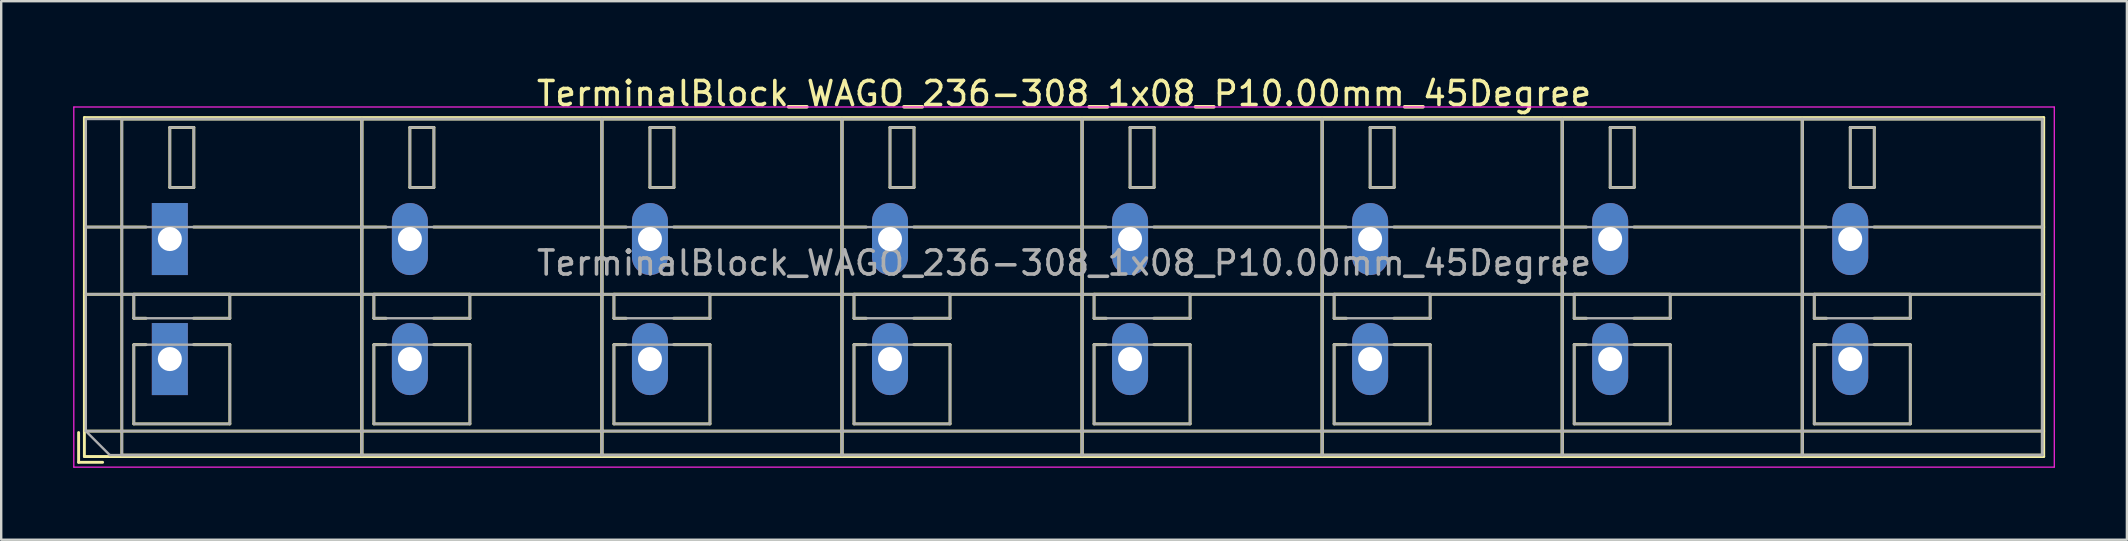
<source format=kicad_pcb>
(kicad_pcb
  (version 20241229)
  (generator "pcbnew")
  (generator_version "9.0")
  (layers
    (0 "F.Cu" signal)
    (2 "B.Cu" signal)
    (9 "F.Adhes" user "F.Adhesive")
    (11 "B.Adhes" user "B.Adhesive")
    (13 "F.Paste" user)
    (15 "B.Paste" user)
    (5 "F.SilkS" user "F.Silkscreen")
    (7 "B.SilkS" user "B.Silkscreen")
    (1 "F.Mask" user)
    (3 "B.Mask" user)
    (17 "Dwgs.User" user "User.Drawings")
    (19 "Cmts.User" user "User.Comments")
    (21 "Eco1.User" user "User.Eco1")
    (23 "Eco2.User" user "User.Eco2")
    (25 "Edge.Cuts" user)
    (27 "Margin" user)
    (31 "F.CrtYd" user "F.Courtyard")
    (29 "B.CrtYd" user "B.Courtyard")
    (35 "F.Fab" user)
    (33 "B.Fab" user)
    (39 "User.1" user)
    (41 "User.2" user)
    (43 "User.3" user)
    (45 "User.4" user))
  (footprint "TerminalBlock_WAGO_236-308_1x08_P10.00mm_45Degree"
    (layer "F.Cu")
    (at 4.025 11.908)
    (property "Reference" "TerminalBlock_WAGO_236-308_1x08_P10.00mm_45Degree" (at 37.25 -11.06 0) (layer "F.SilkS") (effects (font (size 1 1) (thickness 0.15))))
    (attr through_hole)
    (fp_line (start -3.8 3.06) (end -3.8 4.3) (stroke (width 0.12) (type solid)) (layer "F.SilkS"))
    (fp_line (start -3.8 4.3) (end -2.8 4.3) (stroke (width 0.12) (type solid)) (layer "F.SilkS"))
    (fp_line (start -3.56 -10.06) (end -3.56 4.06) (stroke (width 0.12) (type solid)) (layer "F.SilkS"))
    (fp_line (start -3.56 -10.06) (end 78.06 -10.06) (stroke (width 0.12) (type solid)) (layer "F.SilkS"))
    (fp_line (start -3.56 -5.5) (end -0.99 -5.5) (stroke (width 0.12) (type solid)) (layer "F.SilkS"))
    (fp_line (start -3.56 -2.7) (end 78.06 -2.7) (stroke (width 0.12) (type solid)) (layer "F.SilkS"))
    (fp_line (start -3.56 3) (end 78.06 3) (stroke (width 0.12) (type solid)) (layer "F.SilkS"))
    (fp_line (start -3.56 4.06) (end 78.06 4.06) (stroke (width 0.12) (type solid)) (layer "F.SilkS"))
    (fp_line (start -2 -10) (end -2 4) (stroke (width 0.12) (type solid)) (layer "F.SilkS"))
    (fp_line (start -2 -10) (end 8 -10) (stroke (width 0.12) (type solid)) (layer "F.SilkS"))
    (fp_line (start -2 4) (end 8 4) (stroke (width 0.12) (type solid)) (layer "F.SilkS"))
    (fp_line (start -1.5 -2.7) (end -1.5 -1.701) (stroke (width 0.12) (type solid)) (layer "F.SilkS"))
    (fp_line (start -1.5 -2.7) (end 2.5 -2.7) (stroke (width 0.12) (type solid)) (layer "F.SilkS"))
    (fp_line (start -1.5 -1.701) (end -0.99 -1.701) (stroke (width 0.12) (type solid)) (layer "F.SilkS"))
    (fp_line (start -1.5 -0.6) (end -1.5 2.7) (stroke (width 0.12) (type solid)) (layer "F.SilkS"))
    (fp_line (start -1.5 -0.6) (end -0.99 -0.6) (stroke (width 0.12) (type solid)) (layer "F.SilkS"))
    (fp_line (start -1.5 2.7) (end 2.5 2.7) (stroke (width 0.12) (type solid)) (layer "F.SilkS"))
    (fp_line (start 0 -9.65) (end 0 -7.15) (stroke (width 0.12) (type solid)) (layer "F.SilkS"))
    (fp_line (start 0 -9.65) (end 1 -9.65) (stroke (width 0.12) (type solid)) (layer "F.SilkS"))
    (fp_line (start 0 -7.15) (end 1 -7.15) (stroke (width 0.12) (type solid)) (layer "F.SilkS"))
    (fp_line (start 0.99 -5.5) (end 9.01 -5.5) (stroke (width 0.12) (type solid)) (layer "F.SilkS"))
    (fp_line (start 0.99 -1.701) (end 2.5 -1.701) (stroke (width 0.12) (type solid)) (layer "F.SilkS"))
    (fp_line (start 0.99 -0.6) (end 2.5 -0.6) (stroke (width 0.12) (type solid)) (layer "F.SilkS"))
    (fp_line (start 1 -9.65) (end 1 -7.15) (stroke (width 0.12) (type solid)) (layer "F.SilkS"))
    (fp_line (start 2.5 -2.7) (end 2.5 -1.701) (stroke (width 0.12) (type solid)) (layer "F.SilkS"))
    (fp_line (start 2.5 -0.6) (end 2.5 2.7) (stroke (width 0.12) (type solid)) (layer "F.SilkS"))
    (fp_line (start 8 -10) (end 8 4) (stroke (width 0.12) (type solid)) (layer "F.SilkS"))
    (fp_line (start 8 -10) (end 8 4) (stroke (width 0.12) (type solid)) (layer "F.SilkS"))
    (fp_line (start 8 -10) (end 18 -10) (stroke (width 0.12) (type solid)) (layer "F.SilkS"))
    (fp_line (start 8 4) (end 18 4) (stroke (width 0.12) (type solid)) (layer "F.SilkS"))
    (fp_line (start 8.5 -2.7) (end 8.5 -1.701) (stroke (width 0.12) (type solid)) (layer "F.SilkS"))
    (fp_line (start 8.5 -2.7) (end 12.5 -2.7) (stroke (width 0.12) (type solid)) (layer "F.SilkS"))
    (fp_line (start 8.5 -1.701) (end 9.01 -1.701) (stroke (width 0.12) (type solid)) (layer "F.SilkS"))
    (fp_line (start 8.5 -0.6) (end 8.5 2.7) (stroke (width 0.12) (type solid)) (layer "F.SilkS"))
    (fp_line (start 8.5 -0.6) (end 9.01 -0.6) (stroke (width 0.12) (type solid)) (layer "F.SilkS"))
    (fp_line (start 8.5 2.7) (end 12.5 2.7) (stroke (width 0.12) (type solid)) (layer "F.SilkS"))
    (fp_line (start 10 -9.65) (end 10 -7.15) (stroke (width 0.12) (type solid)) (layer "F.SilkS"))
    (fp_line (start 10 -9.65) (end 11 -9.65) (stroke (width 0.12) (type solid)) (layer "F.SilkS"))
    (fp_line (start 10 -7.15) (end 11 -7.15) (stroke (width 0.12) (type solid)) (layer "F.SilkS"))
    (fp_line (start 10.99 -5.5) (end 19.01 -5.5) (stroke (width 0.12) (type solid)) (layer "F.SilkS"))
    (fp_line (start 10.99 -1.701) (end 12.5 -1.701) (stroke (width 0.12) (type solid)) (layer "F.SilkS"))
    (fp_line (start 10.99 -0.6) (end 12.5 -0.6) (stroke (width 0.12) (type solid)) (layer "F.SilkS"))
    (fp_line (start 11 -9.65) (end 11 -7.15) (stroke (width 0.12) (type solid)) (layer "F.SilkS"))
    (fp_line (start 12.5 -2.7) (end 12.5 -1.701) (stroke (width 0.12) (type solid)) (layer "F.SilkS"))
    (fp_line (start 12.5 -0.6) (end 12.5 2.7) (stroke (width 0.12) (type solid)) (layer "F.SilkS"))
    (fp_line (start 18 -10) (end 18 4) (stroke (width 0.12) (type solid)) (layer "F.SilkS"))
    (fp_line (start 18 -10) (end 18 4) (stroke (width 0.12) (type solid)) (layer "F.SilkS"))
    (fp_line (start 18 -10) (end 28 -10) (stroke (width 0.12) (type solid)) (layer "F.SilkS"))
    (fp_line (start 18 4) (end 28 4) (stroke (width 0.12) (type solid)) (layer "F.SilkS"))
    (fp_line (start 18.5 -2.7) (end 18.5 -1.701) (stroke (width 0.12) (type solid)) (layer "F.SilkS"))
    (fp_line (start 18.5 -2.7) (end 22.5 -2.7) (stroke (width 0.12) (type solid)) (layer "F.SilkS"))
    (fp_line (start 18.5 -1.701) (end 19.01 -1.701) (stroke (width 0.12) (type solid)) (layer "F.SilkS"))
    (fp_line (start 18.5 -0.6) (end 18.5 2.7) (stroke (width 0.12) (type solid)) (layer "F.SilkS"))
    (fp_line (start 18.5 -0.6) (end 19.01 -0.6) (stroke (width 0.12) (type solid)) (layer "F.SilkS"))
    (fp_line (start 18.5 2.7) (end 22.5 2.7) (stroke (width 0.12) (type solid)) (layer "F.SilkS"))
    (fp_line (start 20 -9.65) (end 20 -7.15) (stroke (width 0.12) (type solid)) (layer "F.SilkS"))
    (fp_line (start 20 -9.65) (end 21 -9.65) (stroke (width 0.12) (type solid)) (layer "F.SilkS"))
    (fp_line (start 20 -7.15) (end 21 -7.15) (stroke (width 0.12) (type solid)) (layer "F.SilkS"))
    (fp_line (start 20.99 -5.5) (end 29.01 -5.5) (stroke (width 0.12) (type solid)) (layer "F.SilkS"))
    (fp_line (start 20.99 -1.701) (end 22.5 -1.701) (stroke (width 0.12) (type solid)) (layer "F.SilkS"))
    (fp_line (start 20.99 -0.6) (end 22.5 -0.6) (stroke (width 0.12) (type solid)) (layer "F.SilkS"))
    (fp_line (start 21 -9.65) (end 21 -7.15) (stroke (width 0.12) (type solid)) (layer "F.SilkS"))
    (fp_line (start 22.5 -2.7) (end 22.5 -1.701) (stroke (width 0.12) (type solid)) (layer "F.SilkS"))
    (fp_line (start 22.5 -0.6) (end 22.5 2.7) (stroke (width 0.12) (type solid)) (layer "F.SilkS"))
    (fp_line (start 28 -10) (end 28 4) (stroke (width 0.12) (type solid)) (layer "F.SilkS"))
    (fp_line (start 28 -10) (end 28 4) (stroke (width 0.12) (type solid)) (layer "F.SilkS"))
    (fp_line (start 28 -10) (end 38 -10) (stroke (width 0.12) (type solid)) (layer "F.SilkS"))
    (fp_line (start 28 4) (end 38 4) (stroke (width 0.12) (type solid)) (layer "F.SilkS"))
    (fp_line (start 28.5 -2.7) (end 28.5 -1.701) (stroke (width 0.12) (type solid)) (layer "F.SilkS"))
    (fp_line (start 28.5 -2.7) (end 32.5 -2.7) (stroke (width 0.12) (type solid)) (layer "F.SilkS"))
    (fp_line (start 28.5 -1.701) (end 29.01 -1.701) (stroke (width 0.12) (type solid)) (layer "F.SilkS"))
    (fp_line (start 28.5 -0.6) (end 28.5 2.7) (stroke (width 0.12) (type solid)) (layer "F.SilkS"))
    (fp_line (start 28.5 -0.6) (end 29.01 -0.6) (stroke (width 0.12) (type solid)) (layer "F.SilkS"))
    (fp_line (start 28.5 2.7) (end 32.5 2.7) (stroke (width 0.12) (type solid)) (layer "F.SilkS"))
    (fp_line (start 30 -9.65) (end 30 -7.15) (stroke (width 0.12) (type solid)) (layer "F.SilkS"))
    (fp_line (start 30 -9.65) (end 31 -9.65) (stroke (width 0.12) (type solid)) (layer "F.SilkS"))
    (fp_line (start 30 -7.15) (end 31 -7.15) (stroke (width 0.12) (type solid)) (layer "F.SilkS"))
    (fp_line (start 30.99 -5.5) (end 39.01 -5.5) (stroke (width 0.12) (type solid)) (layer "F.SilkS"))
    (fp_line (start 30.99 -1.701) (end 32.5 -1.701) (stroke (width 0.12) (type solid)) (layer "F.SilkS"))
    (fp_line (start 30.99 -0.6) (end 32.5 -0.6) (stroke (width 0.12) (type solid)) (layer "F.SilkS"))
    (fp_line (start 31 -9.65) (end 31 -7.15) (stroke (width 0.12) (type solid)) (layer "F.SilkS"))
    (fp_line (start 32.5 -2.7) (end 32.5 -1.701) (stroke (width 0.12) (type solid)) (layer "F.SilkS"))
    (fp_line (start 32.5 -0.6) (end 32.5 2.7) (stroke (width 0.12) (type solid)) (layer "F.SilkS"))
    (fp_line (start 38 -10) (end 38 4) (stroke (width 0.12) (type solid)) (layer "F.SilkS"))
    (fp_line (start 38 -10) (end 38 4) (stroke (width 0.12) (type solid)) (layer "F.SilkS"))
    (fp_line (start 38 -10) (end 48 -10) (stroke (width 0.12) (type solid)) (layer "F.SilkS"))
    (fp_line (start 38 4) (end 48 4) (stroke (width 0.12) (type solid)) (layer "F.SilkS"))
    (fp_line (start 38.5 -2.7) (end 38.5 -1.701) (stroke (width 0.12) (type solid)) (layer "F.SilkS"))
    (fp_line (start 38.5 -2.7) (end 42.5 -2.7) (stroke (width 0.12) (type solid)) (layer "F.SilkS"))
    (fp_line (start 38.5 -1.701) (end 39.01 -1.701) (stroke (width 0.12) (type solid)) (layer "F.SilkS"))
    (fp_line (start 38.5 -0.6) (end 38.5 2.7) (stroke (width 0.12) (type solid)) (layer "F.SilkS"))
    (fp_line (start 38.5 -0.6) (end 39.01 -0.6) (stroke (width 0.12) (type solid)) (layer "F.SilkS"))
    (fp_line (start 38.5 2.7) (end 42.5 2.7) (stroke (width 0.12) (type solid)) (layer "F.SilkS"))
    (fp_line (start 40 -9.65) (end 40 -7.15) (stroke (width 0.12) (type solid)) (layer "F.SilkS"))
    (fp_line (start 40 -9.65) (end 41 -9.65) (stroke (width 0.12) (type solid)) (layer "F.SilkS"))
    (fp_line (start 40 -7.15) (end 41 -7.15) (stroke (width 0.12) (type solid)) (layer "F.SilkS"))
    (fp_line (start 40.99 -5.5) (end 49.01 -5.5) (stroke (width 0.12) (type solid)) (layer "F.SilkS"))
    (fp_line (start 40.99 -1.701) (end 42.5 -1.701) (stroke (width 0.12) (type solid)) (layer "F.SilkS"))
    (fp_line (start 40.99 -0.6) (end 42.5 -0.6) (stroke (width 0.12) (type solid)) (layer "F.SilkS"))
    (fp_line (start 41 -9.65) (end 41 -7.15) (stroke (width 0.12) (type solid)) (layer "F.SilkS"))
    (fp_line (start 42.5 -2.7) (end 42.5 -1.701) (stroke (width 0.12) (type solid)) (layer "F.SilkS"))
    (fp_line (start 42.5 -0.6) (end 42.5 2.7) (stroke (width 0.12) (type solid)) (layer "F.SilkS"))
    (fp_line (start 48 -10) (end 48 4) (stroke (width 0.12) (type solid)) (layer "F.SilkS"))
    (fp_line (start 48 -10) (end 48 4) (stroke (width 0.12) (type solid)) (layer "F.SilkS"))
    (fp_line (start 48 -10) (end 58 -10) (stroke (width 0.12) (type solid)) (layer "F.SilkS"))
    (fp_line (start 48 4) (end 58 4) (stroke (width 0.12) (type solid)) (layer "F.SilkS"))
    (fp_line (start 48.5 -2.7) (end 48.5 -1.701) (stroke (width 0.12) (type solid)) (layer "F.SilkS"))
    (fp_line (start 48.5 -2.7) (end 52.5 -2.7) (stroke (width 0.12) (type solid)) (layer "F.SilkS"))
    (fp_line (start 48.5 -1.701) (end 49.01 -1.701) (stroke (width 0.12) (type solid)) (layer "F.SilkS"))
    (fp_line (start 48.5 -0.6) (end 48.5 2.7) (stroke (width 0.12) (type solid)) (layer "F.SilkS"))
    (fp_line (start 48.5 -0.6) (end 49.01 -0.6) (stroke (width 0.12) (type solid)) (layer "F.SilkS"))
    (fp_line (start 48.5 2.7) (end 52.5 2.7) (stroke (width 0.12) (type solid)) (layer "F.SilkS"))
    (fp_line (start 50 -9.65) (end 50 -7.15) (stroke (width 0.12) (type solid)) (layer "F.SilkS"))
    (fp_line (start 50 -9.65) (end 51 -9.65) (stroke (width 0.12) (type solid)) (layer "F.SilkS"))
    (fp_line (start 50 -7.15) (end 51 -7.15) (stroke (width 0.12) (type solid)) (layer "F.SilkS"))
    (fp_line (start 50.99 -5.5) (end 59.01 -5.5) (stroke (width 0.12) (type solid)) (layer "F.SilkS"))
    (fp_line (start 50.99 -1.701) (end 52.5 -1.701) (stroke (width 0.12) (type solid)) (layer "F.SilkS"))
    (fp_line (start 50.99 -0.6) (end 52.5 -0.6) (stroke (width 0.12) (type solid)) (layer "F.SilkS"))
    (fp_line (start 51 -9.65) (end 51 -7.15) (stroke (width 0.12) (type solid)) (layer "F.SilkS"))
    (fp_line (start 52.5 -2.7) (end 52.5 -1.701) (stroke (width 0.12) (type solid)) (layer "F.SilkS"))
    (fp_line (start 52.5 -0.6) (end 52.5 2.7) (stroke (width 0.12) (type solid)) (layer "F.SilkS"))
    (fp_line (start 58 -10) (end 58 4) (stroke (width 0.12) (type solid)) (layer "F.SilkS"))
    (fp_line (start 58 -10) (end 58 4) (stroke (width 0.12) (type solid)) (layer "F.SilkS"))
    (fp_line (start 58 -10) (end 68 -10) (stroke (width 0.12) (type solid)) (layer "F.SilkS"))
    (fp_line (start 58 4) (end 68 4) (stroke (width 0.12) (type solid)) (layer "F.SilkS"))
    (fp_line (start 58.5 -2.7) (end 58.5 -1.701) (stroke (width 0.12) (type solid)) (layer "F.SilkS"))
    (fp_line (start 58.5 -2.7) (end 62.5 -2.7) (stroke (width 0.12) (type solid)) (layer "F.SilkS"))
    (fp_line (start 58.5 -1.701) (end 59.01 -1.701) (stroke (width 0.12) (type solid)) (layer "F.SilkS"))
    (fp_line (start 58.5 -0.6) (end 58.5 2.7) (stroke (width 0.12) (type solid)) (layer "F.SilkS"))
    (fp_line (start 58.5 -0.6) (end 59.01 -0.6) (stroke (width 0.12) (type solid)) (layer "F.SilkS"))
    (fp_line (start 58.5 2.7) (end 62.5 2.7) (stroke (width 0.12) (type solid)) (layer "F.SilkS"))
    (fp_line (start 60 -9.65) (end 60 -7.15) (stroke (width 0.12) (type solid)) (layer "F.SilkS"))
    (fp_line (start 60 -9.65) (end 61 -9.65) (stroke (width 0.12) (type solid)) (layer "F.SilkS"))
    (fp_line (start 60 -7.15) (end 61 -7.15) (stroke (width 0.12) (type solid)) (layer "F.SilkS"))
    (fp_line (start 60.99 -5.5) (end 69.01 -5.5) (stroke (width 0.12) (type solid)) (layer "F.SilkS"))
    (fp_line (start 60.99 -1.701) (end 62.5 -1.701) (stroke (width 0.12) (type solid)) (layer "F.SilkS"))
    (fp_line (start 60.99 -0.6) (end 62.5 -0.6) (stroke (width 0.12) (type solid)) (layer "F.SilkS"))
    (fp_line (start 61 -9.65) (end 61 -7.15) (stroke (width 0.12) (type solid)) (layer "F.SilkS"))
    (fp_line (start 62.5 -2.7) (end 62.5 -1.701) (stroke (width 0.12) (type solid)) (layer "F.SilkS"))
    (fp_line (start 62.5 -0.6) (end 62.5 2.7) (stroke (width 0.12) (type solid)) (layer "F.SilkS"))
    (fp_line (start 68 -10) (end 68 4) (stroke (width 0.12) (type solid)) (layer "F.SilkS"))
    (fp_line (start 68 -10) (end 68 4) (stroke (width 0.12) (type solid)) (layer "F.SilkS"))
    (fp_line (start 68 -10) (end 78 -10) (stroke (width 0.12) (type solid)) (layer "F.SilkS"))
    (fp_line (start 68 4) (end 78 4) (stroke (width 0.12) (type solid)) (layer "F.SilkS"))
    (fp_line (start 68.5 -2.7) (end 68.5 -1.701) (stroke (width 0.12) (type solid)) (layer "F.SilkS"))
    (fp_line (start 68.5 -2.7) (end 72.5 -2.7) (stroke (width 0.12) (type solid)) (layer "F.SilkS"))
    (fp_line (start 68.5 -1.701) (end 69.01 -1.701) (stroke (width 0.12) (type solid)) (layer "F.SilkS"))
    (fp_line (start 68.5 -0.6) (end 68.5 2.7) (stroke (width 0.12) (type solid)) (layer "F.SilkS"))
    (fp_line (start 68.5 -0.6) (end 69.01 -0.6) (stroke (width 0.12) (type solid)) (layer "F.SilkS"))
    (fp_line (start 68.5 2.7) (end 72.5 2.7) (stroke (width 0.12) (type solid)) (layer "F.SilkS"))
    (fp_line (start 70 -9.65) (end 70 -7.15) (stroke (width 0.12) (type solid)) (layer "F.SilkS"))
    (fp_line (start 70 -9.65) (end 71 -9.65) (stroke (width 0.12) (type solid)) (layer "F.SilkS"))
    (fp_line (start 70 -7.15) (end 71 -7.15) (stroke (width 0.12) (type solid)) (layer "F.SilkS"))
    (fp_line (start 70.99 -5.5) (end 78.06 -5.5) (stroke (width 0.12) (type solid)) (layer "F.SilkS"))
    (fp_line (start 70.99 -1.701) (end 72.5 -1.701) (stroke (width 0.12) (type solid)) (layer "F.SilkS"))
    (fp_line (start 70.99 -0.6) (end 72.5 -0.6) (stroke (width 0.12) (type solid)) (layer "F.SilkS"))
    (fp_line (start 71 -9.65) (end 71 -7.15) (stroke (width 0.12) (type solid)) (layer "F.SilkS"))
    (fp_line (start 72.5 -2.7) (end 72.5 -1.701) (stroke (width 0.12) (type solid)) (layer "F.SilkS"))
    (fp_line (start 72.5 -0.6) (end 72.5 2.7) (stroke (width 0.12) (type solid)) (layer "F.SilkS"))
    (fp_line (start 78 -10) (end 78 4) (stroke (width 0.12) (type solid)) (layer "F.SilkS"))
    (fp_line (start 78.06 -10.06) (end 78.06 4.06) (stroke (width 0.12) (type solid)) (layer "F.SilkS"))
    (fp_line (start -4 -10.5) (end -4 4.5) (stroke (width 0.05) (type solid)) (layer "F.CrtYd"))
    (fp_line (start -4 4.5) (end 78.5 4.5) (stroke (width 0.05) (type solid)) (layer "F.CrtYd"))
    (fp_line (start 78.5 -10.5) (end -4 -10.5) (stroke (width 0.05) (type solid)) (layer "F.CrtYd"))
    (fp_line (start 78.5 4.5) (end 78.5 -10.5) (stroke (width 0.05) (type solid)) (layer "F.CrtYd"))
    (fp_line (start -3.5 -10) (end 78 -10) (stroke (width 0.1) (type solid)) (layer "F.Fab"))
    (fp_line (start -3.5 -5.5) (end 78 -5.5) (stroke (width 0.1) (type solid)) (layer "F.Fab"))
    (fp_line (start -3.5 -2.7) (end 78 -2.7) (stroke (width 0.1) (type solid)) (layer "F.Fab"))
    (fp_line (start -3.5 3) (end -3.5 -10) (stroke (width 0.1) (type solid)) (layer "F.Fab"))
    (fp_line (start -3.5 3) (end 78 3) (stroke (width 0.1) (type solid)) (layer "F.Fab"))
    (fp_line (start -2.5 4) (end -3.5 3) (stroke (width 0.1) (type solid)) (layer "F.Fab"))
    (fp_line (start -2 -10) (end -2 4) (stroke (width 0.1) (type solid)) (layer "F.Fab"))
    (fp_line (start -2 4) (end 8 4) (stroke (width 0.1) (type solid)) (layer "F.Fab"))
    (fp_line (start -1.5 -2.7) (end -1.5 -1.7) (stroke (width 0.1) (type solid)) (layer "F.Fab"))
    (fp_line (start -1.5 -1.7) (end 2.5 -1.7) (stroke (width 0.1) (type solid)) (layer "F.Fab"))
    (fp_line (start -1.5 -0.6) (end -1.5 2.7) (stroke (width 0.1) (type solid)) (layer "F.Fab"))
    (fp_line (start -1.5 2.7) (end 2.5 2.7) (stroke (width 0.1) (type solid)) (layer "F.Fab"))
    (fp_line (start 0 -9.65) (end 0 -7.15) (stroke (width 0.1) (type solid)) (layer "F.Fab"))
    (fp_line (start 0 -7.15) (end 1 -7.15) (stroke (width 0.1) (type solid)) (layer "F.Fab"))
    (fp_line (start 1 -9.65) (end 0 -9.65) (stroke (width 0.1) (type solid)) (layer "F.Fab"))
    (fp_line (start 1 -7.15) (end 1 -9.65) (stroke (width 0.1) (type solid)) (layer "F.Fab"))
    (fp_line (start 2.5 -2.7) (end -1.5 -2.7) (stroke (width 0.1) (type solid)) (layer "F.Fab"))
    (fp_line (start 2.5 -1.7) (end 2.5 -2.7) (stroke (width 0.1) (type solid)) (layer "F.Fab"))
    (fp_line (start 2.5 -0.6) (end -1.5 -0.6) (stroke (width 0.1) (type solid)) (layer "F.Fab"))
    (fp_line (start 2.5 2.7) (end 2.5 -0.6) (stroke (width 0.1) (type solid)) (layer "F.Fab"))
    (fp_line (start 8 -10) (end -2 -10) (stroke (width 0.1) (type solid)) (layer "F.Fab"))
    (fp_line (start 8 -10) (end 8 4) (stroke (width 0.1) (type solid)) (layer "F.Fab"))
    (fp_line (start 8 4) (end 8 -10) (stroke (width 0.1) (type solid)) (layer "F.Fab"))
    (fp_line (start 8 4) (end 18 4) (stroke (width 0.1) (type solid)) (layer "F.Fab"))
    (fp_line (start 8.5 -2.7) (end 8.5 -1.7) (stroke (width 0.1) (type solid)) (layer "F.Fab"))
    (fp_line (start 8.5 -1.7) (end 12.5 -1.7) (stroke (width 0.1) (type solid)) (layer "F.Fab"))
    (fp_line (start 8.5 -0.6) (end 8.5 2.7) (stroke (width 0.1) (type solid)) (layer "F.Fab"))
    (fp_line (start 8.5 2.7) (end 12.5 2.7) (stroke (width 0.1) (type solid)) (layer "F.Fab"))
    (fp_line (start 10 -9.65) (end 10 -7.15) (stroke (width 0.1) (type solid)) (layer "F.Fab"))
    (fp_line (start 10 -7.15) (end 11 -7.15) (stroke (width 0.1) (type solid)) (layer "F.Fab"))
    (fp_line (start 11 -9.65) (end 10 -9.65) (stroke (width 0.1) (type solid)) (layer "F.Fab"))
    (fp_line (start 11 -7.15) (end 11 -9.65) (stroke (width 0.1) (type solid)) (layer "F.Fab"))
    (fp_line (start 12.5 -2.7) (end 8.5 -2.7) (stroke (width 0.1) (type solid)) (layer "F.Fab"))
    (fp_line (start 12.5 -1.7) (end 12.5 -2.7) (stroke (width 0.1) (type solid)) (layer "F.Fab"))
    (fp_line (start 12.5 -0.6) (end 8.5 -0.6) (stroke (width 0.1) (type solid)) (layer "F.Fab"))
    (fp_line (start 12.5 2.7) (end 12.5 -0.6) (stroke (width 0.1) (type solid)) (layer "F.Fab"))
    (fp_line (start 18 -10) (end 8 -10) (stroke (width 0.1) (type solid)) (layer "F.Fab"))
    (fp_line (start 18 -10) (end 18 4) (stroke (width 0.1) (type solid)) (layer "F.Fab"))
    (fp_line (start 18 4) (end 18 -10) (stroke (width 0.1) (type solid)) (layer "F.Fab"))
    (fp_line (start 18 4) (end 28 4) (stroke (width 0.1) (type solid)) (layer "F.Fab"))
    (fp_line (start 18.5 -2.7) (end 18.5 -1.7) (stroke (width 0.1) (type solid)) (layer "F.Fab"))
    (fp_line (start 18.5 -1.7) (end 22.5 -1.7) (stroke (width 0.1) (type solid)) (layer "F.Fab"))
    (fp_line (start 18.5 -0.6) (end 18.5 2.7) (stroke (width 0.1) (type solid)) (layer "F.Fab"))
    (fp_line (start 18.5 2.7) (end 22.5 2.7) (stroke (width 0.1) (type solid)) (layer "F.Fab"))
    (fp_line (start 20 -9.65) (end 20 -7.15) (stroke (width 0.1) (type solid)) (layer "F.Fab"))
    (fp_line (start 20 -7.15) (end 21 -7.15) (stroke (width 0.1) (type solid)) (layer "F.Fab"))
    (fp_line (start 21 -9.65) (end 20 -9.65) (stroke (width 0.1) (type solid)) (layer "F.Fab"))
    (fp_line (start 21 -7.15) (end 21 -9.65) (stroke (width 0.1) (type solid)) (layer "F.Fab"))
    (fp_line (start 22.5 -2.7) (end 18.5 -2.7) (stroke (width 0.1) (type solid)) (layer "F.Fab"))
    (fp_line (start 22.5 -1.7) (end 22.5 -2.7) (stroke (width 0.1) (type solid)) (layer "F.Fab"))
    (fp_line (start 22.5 -0.6) (end 18.5 -0.6) (stroke (width 0.1) (type solid)) (layer "F.Fab"))
    (fp_line (start 22.5 2.7) (end 22.5 -0.6) (stroke (width 0.1) (type solid)) (layer "F.Fab"))
    (fp_line (start 28 -10) (end 18 -10) (stroke (width 0.1) (type solid)) (layer "F.Fab"))
    (fp_line (start 28 -10) (end 28 4) (stroke (width 0.1) (type solid)) (layer "F.Fab"))
    (fp_line (start 28 4) (end 28 -10) (stroke (width 0.1) (type solid)) (layer "F.Fab"))
    (fp_line (start 28 4) (end 38 4) (stroke (width 0.1) (type solid)) (layer "F.Fab"))
    (fp_line (start 28.5 -2.7) (end 28.5 -1.7) (stroke (width 0.1) (type solid)) (layer "F.Fab"))
    (fp_line (start 28.5 -1.7) (end 32.5 -1.7) (stroke (width 0.1) (type solid)) (layer "F.Fab"))
    (fp_line (start 28.5 -0.6) (end 28.5 2.7) (stroke (width 0.1) (type solid)) (layer "F.Fab"))
    (fp_line (start 28.5 2.7) (end 32.5 2.7) (stroke (width 0.1) (type solid)) (layer "F.Fab"))
    (fp_line (start 30 -9.65) (end 30 -7.15) (stroke (width 0.1) (type solid)) (layer "F.Fab"))
    (fp_line (start 30 -7.15) (end 31 -7.15) (stroke (width 0.1) (type solid)) (layer "F.Fab"))
    (fp_line (start 31 -9.65) (end 30 -9.65) (stroke (width 0.1) (type solid)) (layer "F.Fab"))
    (fp_line (start 31 -7.15) (end 31 -9.65) (stroke (width 0.1) (type solid)) (layer "F.Fab"))
    (fp_line (start 32.5 -2.7) (end 28.5 -2.7) (stroke (width 0.1) (type solid)) (layer "F.Fab"))
    (fp_line (start 32.5 -1.7) (end 32.5 -2.7) (stroke (width 0.1) (type solid)) (layer "F.Fab"))
    (fp_line (start 32.5 -0.6) (end 28.5 -0.6) (stroke (width 0.1) (type solid)) (layer "F.Fab"))
    (fp_line (start 32.5 2.7) (end 32.5 -0.6) (stroke (width 0.1) (type solid)) (layer "F.Fab"))
    (fp_line (start 38 -10) (end 28 -10) (stroke (width 0.1) (type solid)) (layer "F.Fab"))
    (fp_line (start 38 -10) (end 38 4) (stroke (width 0.1) (type solid)) (layer "F.Fab"))
    (fp_line (start 38 4) (end 38 -10) (stroke (width 0.1) (type solid)) (layer "F.Fab"))
    (fp_line (start 38 4) (end 48 4) (stroke (width 0.1) (type solid)) (layer "F.Fab"))
    (fp_line (start 38.5 -2.7) (end 38.5 -1.7) (stroke (width 0.1) (type solid)) (layer "F.Fab"))
    (fp_line (start 38.5 -1.7) (end 42.5 -1.7) (stroke (width 0.1) (type solid)) (layer "F.Fab"))
    (fp_line (start 38.5 -0.6) (end 38.5 2.7) (stroke (width 0.1) (type solid)) (layer "F.Fab"))
    (fp_line (start 38.5 2.7) (end 42.5 2.7) (stroke (width 0.1) (type solid)) (layer "F.Fab"))
    (fp_line (start 40 -9.65) (end 40 -7.15) (stroke (width 0.1) (type solid)) (layer "F.Fab"))
    (fp_line (start 40 -7.15) (end 41 -7.15) (stroke (width 0.1) (type solid)) (layer "F.Fab"))
    (fp_line (start 41 -9.65) (end 40 -9.65) (stroke (width 0.1) (type solid)) (layer "F.Fab"))
    (fp_line (start 41 -7.15) (end 41 -9.65) (stroke (width 0.1) (type solid)) (layer "F.Fab"))
    (fp_line (start 42.5 -2.7) (end 38.5 -2.7) (stroke (width 0.1) (type solid)) (layer "F.Fab"))
    (fp_line (start 42.5 -1.7) (end 42.5 -2.7) (stroke (width 0.1) (type solid)) (layer "F.Fab"))
    (fp_line (start 42.5 -0.6) (end 38.5 -0.6) (stroke (width 0.1) (type solid)) (layer "F.Fab"))
    (fp_line (start 42.5 2.7) (end 42.5 -0.6) (stroke (width 0.1) (type solid)) (layer "F.Fab"))
    (fp_line (start 48 -10) (end 38 -10) (stroke (width 0.1) (type solid)) (layer "F.Fab"))
    (fp_line (start 48 -10) (end 48 4) (stroke (width 0.1) (type solid)) (layer "F.Fab"))
    (fp_line (start 48 4) (end 48 -10) (stroke (width 0.1) (type solid)) (layer "F.Fab"))
    (fp_line (start 48 4) (end 58 4) (stroke (width 0.1) (type solid)) (layer "F.Fab"))
    (fp_line (start 48.5 -2.7) (end 48.5 -1.7) (stroke (width 0.1) (type solid)) (layer "F.Fab"))
    (fp_line (start 48.5 -1.7) (end 52.5 -1.7) (stroke (width 0.1) (type solid)) (layer "F.Fab"))
    (fp_line (start 48.5 -0.6) (end 48.5 2.7) (stroke (width 0.1) (type solid)) (layer "F.Fab"))
    (fp_line (start 48.5 2.7) (end 52.5 2.7) (stroke (width 0.1) (type solid)) (layer "F.Fab"))
    (fp_line (start 50 -9.65) (end 50 -7.15) (stroke (width 0.1) (type solid)) (layer "F.Fab"))
    (fp_line (start 50 -7.15) (end 51 -7.15) (stroke (width 0.1) (type solid)) (layer "F.Fab"))
    (fp_line (start 51 -9.65) (end 50 -9.65) (stroke (width 0.1) (type solid)) (layer "F.Fab"))
    (fp_line (start 51 -7.15) (end 51 -9.65) (stroke (width 0.1) (type solid)) (layer "F.Fab"))
    (fp_line (start 52.5 -2.7) (end 48.5 -2.7) (stroke (width 0.1) (type solid)) (layer "F.Fab"))
    (fp_line (start 52.5 -1.7) (end 52.5 -2.7) (stroke (width 0.1) (type solid)) (layer "F.Fab"))
    (fp_line (start 52.5 -0.6) (end 48.5 -0.6) (stroke (width 0.1) (type solid)) (layer "F.Fab"))
    (fp_line (start 52.5 2.7) (end 52.5 -0.6) (stroke (width 0.1) (type solid)) (layer "F.Fab"))
    (fp_line (start 58 -10) (end 48 -10) (stroke (width 0.1) (type solid)) (layer "F.Fab"))
    (fp_line (start 58 -10) (end 58 4) (stroke (width 0.1) (type solid)) (layer "F.Fab"))
    (fp_line (start 58 4) (end 58 -10) (stroke (width 0.1) (type solid)) (layer "F.Fab"))
    (fp_line (start 58 4) (end 68 4) (stroke (width 0.1) (type solid)) (layer "F.Fab"))
    (fp_line (start 58.5 -2.7) (end 58.5 -1.7) (stroke (width 0.1) (type solid)) (layer "F.Fab"))
    (fp_line (start 58.5 -1.7) (end 62.5 -1.7) (stroke (width 0.1) (type solid)) (layer "F.Fab"))
    (fp_line (start 58.5 -0.6) (end 58.5 2.7) (stroke (width 0.1) (type solid)) (layer "F.Fab"))
    (fp_line (start 58.5 2.7) (end 62.5 2.7) (stroke (width 0.1) (type solid)) (layer "F.Fab"))
    (fp_line (start 60 -9.65) (end 60 -7.15) (stroke (width 0.1) (type solid)) (layer "F.Fab"))
    (fp_line (start 60 -7.15) (end 61 -7.15) (stroke (width 0.1) (type solid)) (layer "F.Fab"))
    (fp_line (start 61 -9.65) (end 60 -9.65) (stroke (width 0.1) (type solid)) (layer "F.Fab"))
    (fp_line (start 61 -7.15) (end 61 -9.65) (stroke (width 0.1) (type solid)) (layer "F.Fab"))
    (fp_line (start 62.5 -2.7) (end 58.5 -2.7) (stroke (width 0.1) (type solid)) (layer "F.Fab"))
    (fp_line (start 62.5 -1.7) (end 62.5 -2.7) (stroke (width 0.1) (type solid)) (layer "F.Fab"))
    (fp_line (start 62.5 -0.6) (end 58.5 -0.6) (stroke (width 0.1) (type solid)) (layer "F.Fab"))
    (fp_line (start 62.5 2.7) (end 62.5 -0.6) (stroke (width 0.1) (type solid)) (layer "F.Fab"))
    (fp_line (start 68 -10) (end 58 -10) (stroke (width 0.1) (type solid)) (layer "F.Fab"))
    (fp_line (start 68 -10) (end 68 4) (stroke (width 0.1) (type solid)) (layer "F.Fab"))
    (fp_line (start 68 4) (end 68 -10) (stroke (width 0.1) (type solid)) (layer "F.Fab"))
    (fp_line (start 68 4) (end 78 4) (stroke (width 0.1) (type solid)) (layer "F.Fab"))
    (fp_line (start 68.5 -2.7) (end 68.5 -1.7) (stroke (width 0.1) (type solid)) (layer "F.Fab"))
    (fp_line (start 68.5 -1.7) (end 72.5 -1.7) (stroke (width 0.1) (type solid)) (layer "F.Fab"))
    (fp_line (start 68.5 -0.6) (end 68.5 2.7) (stroke (width 0.1) (type solid)) (layer "F.Fab"))
    (fp_line (start 68.5 2.7) (end 72.5 2.7) (stroke (width 0.1) (type solid)) (layer "F.Fab"))
    (fp_line (start 70 -9.65) (end 70 -7.15) (stroke (width 0.1) (type solid)) (layer "F.Fab"))
    (fp_line (start 70 -7.15) (end 71 -7.15) (stroke (width 0.1) (type solid)) (layer "F.Fab"))
    (fp_line (start 71 -9.65) (end 70 -9.65) (stroke (width 0.1) (type solid)) (layer "F.Fab"))
    (fp_line (start 71 -7.15) (end 71 -9.65) (stroke (width 0.1) (type solid)) (layer "F.Fab"))
    (fp_line (start 72.5 -2.7) (end 68.5 -2.7) (stroke (width 0.1) (type solid)) (layer "F.Fab"))
    (fp_line (start 72.5 -1.7) (end 72.5 -2.7) (stroke (width 0.1) (type solid)) (layer "F.Fab"))
    (fp_line (start 72.5 -0.6) (end 68.5 -0.6) (stroke (width 0.1) (type solid)) (layer "F.Fab"))
    (fp_line (start 72.5 2.7) (end 72.5 -0.6) (stroke (width 0.1) (type solid)) (layer "F.Fab"))
    (fp_line (start 78 -10) (end 68 -10) (stroke (width 0.1) (type solid)) (layer "F.Fab"))
    (fp_line (start 78 -10) (end 78 4) (stroke (width 0.1) (type solid)) (layer "F.Fab"))
    (fp_line (start 78 4) (end -2.5 4) (stroke (width 0.1) (type solid)) (layer "F.Fab"))
    (fp_line (start 78 4) (end 78 -10) (stroke (width 0.1) (type solid)) (layer "F.Fab"))
    (fp_text user "${REFERENCE}" (at 37.25 -4 0) (layer "F.Fab") (effects (font (size 1 1) (thickness 0.15))))
    (pad "1" thru_hole rect (at 0 -5) (size 1.5 3) (drill 1) (layers "*.Cu" "*.Mask"))
    (pad "1" thru_hole rect (at 0 0) (size 1.5 3) (drill 1) (layers "*.Cu" "*.Mask"))
    (pad "2" thru_hole oval (at 10 -5) (size 1.5 3) (drill 1) (layers "*.Cu" "*.Mask"))
    (pad "2" thru_hole oval (at 10 0) (size 1.5 3) (drill 1) (layers "*.Cu" "*.Mask"))
    (pad "3" thru_hole oval (at 20 -5) (size 1.5 3) (drill 1) (layers "*.Cu" "*.Mask"))
    (pad "3" thru_hole oval (at 20 0) (size 1.5 3) (drill 1) (layers "*.Cu" "*.Mask"))
    (pad "4" thru_hole oval (at 30 -5) (size 1.5 3) (drill 1) (layers "*.Cu" "*.Mask"))
    (pad "4" thru_hole oval (at 30 0) (size 1.5 3) (drill 1) (layers "*.Cu" "*.Mask"))
    (pad "5" thru_hole oval (at 40 -5) (size 1.5 3) (drill 1) (layers "*.Cu" "*.Mask"))
    (pad "5" thru_hole oval (at 40 0) (size 1.5 3) (drill 1) (layers "*.Cu" "*.Mask"))
    (pad "6" thru_hole oval (at 50 -5) (size 1.5 3) (drill 1) (layers "*.Cu" "*.Mask"))
    (pad "6" thru_hole oval (at 50 0) (size 1.5 3) (drill 1) (layers "*.Cu" "*.Mask"))
    (pad "7" thru_hole oval (at 60 -5) (size 1.5 3) (drill 1) (layers "*.Cu" "*.Mask"))
    (pad "7" thru_hole oval (at 60 0) (size 1.5 3) (drill 1) (layers "*.Cu" "*.Mask"))
    (pad "8" thru_hole oval (at 70 -5) (size 1.5 3) (drill 1) (layers "*.Cu" "*.Mask"))
    (pad "8" thru_hole oval (at 70 0) (size 1.5 3) (drill 1) (layers "*.Cu" "*.Mask")))
  (gr_rect
    (start -3 -3)
    (end 85.55 19.433)
    (stroke (width 0.1) (type default))
    (fill no)
    (layer "Edge.Cuts")))
</source>
